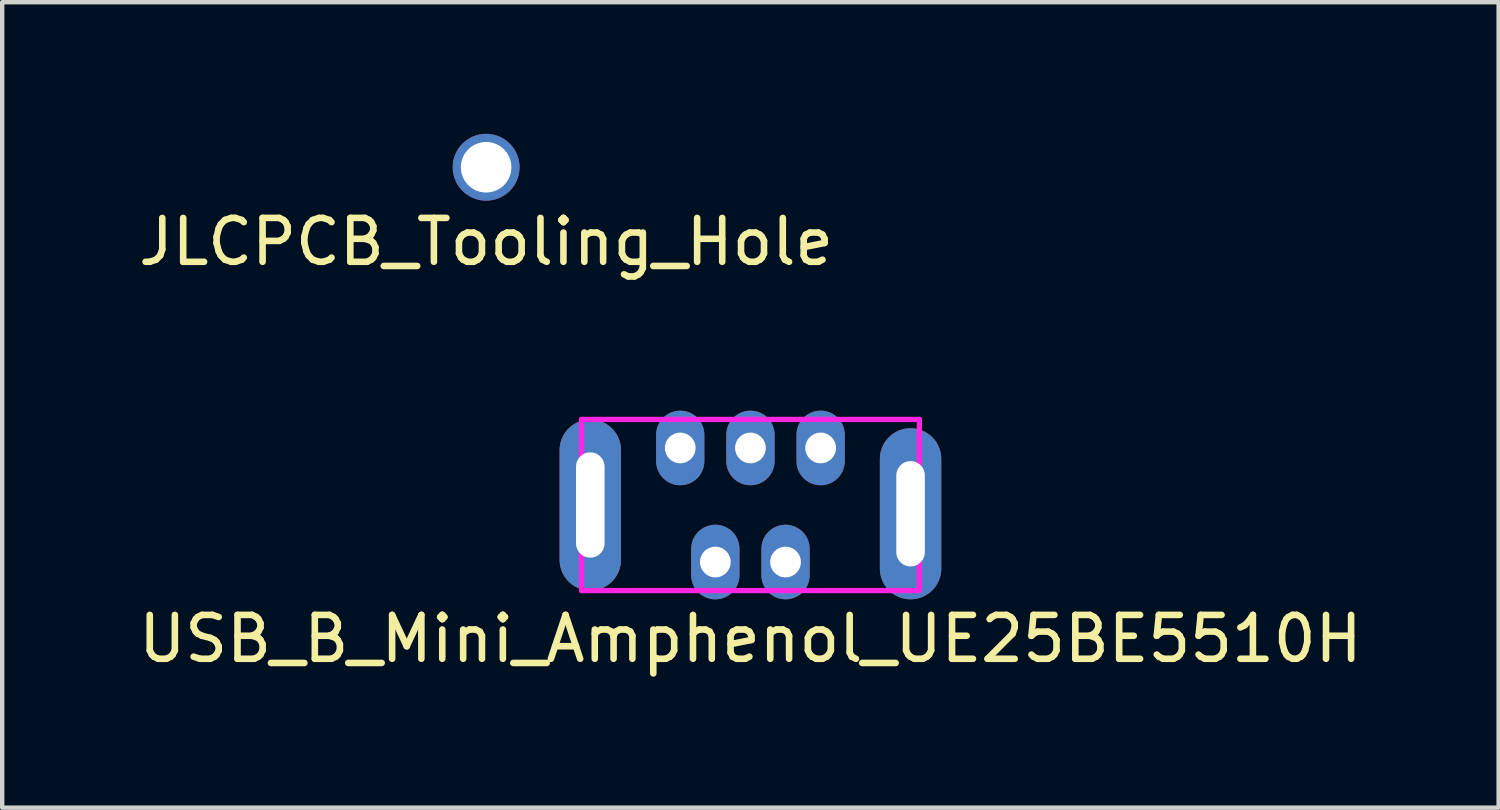
<source format=kicad_pcb>
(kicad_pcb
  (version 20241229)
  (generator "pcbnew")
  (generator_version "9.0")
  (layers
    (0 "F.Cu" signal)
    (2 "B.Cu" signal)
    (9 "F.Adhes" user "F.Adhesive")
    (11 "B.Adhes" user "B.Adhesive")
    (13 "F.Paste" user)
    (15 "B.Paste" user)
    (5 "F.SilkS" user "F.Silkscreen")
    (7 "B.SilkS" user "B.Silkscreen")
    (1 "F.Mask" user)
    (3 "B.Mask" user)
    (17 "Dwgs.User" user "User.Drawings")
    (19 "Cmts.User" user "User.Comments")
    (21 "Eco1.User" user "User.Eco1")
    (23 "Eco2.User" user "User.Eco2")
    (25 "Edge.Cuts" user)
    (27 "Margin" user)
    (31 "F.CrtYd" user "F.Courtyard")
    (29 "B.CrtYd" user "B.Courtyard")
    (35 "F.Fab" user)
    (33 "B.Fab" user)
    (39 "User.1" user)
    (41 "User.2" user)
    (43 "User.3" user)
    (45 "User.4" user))
  (footprint "JLCPCB_Tooling_Hole"
    (layer "F.Cu")
    (at 8.03 0.862)
    (property "Reference" "JLCPCB_Tooling_Hole" (at 0 1.6 0) (layer "F.SilkS") (effects (font (size 1 1) (thickness 0.15))))
    (attr through_hole)
    (pad "" np_thru_hole circle (at 0 -0.1) (size 1.524 1.524) (drill 1.152) (layers "*.Cu" "*.Mask")))
  (footprint "USB_B_Mini_Amphenol_UE25BE5510H"
    (layer "F.Cu")
    (at 14.054 8.46)
    (property "Reference" "USB_B_Mini_Amphenol_UE25BE5510H" (at 0 3.05 0) (layer "F.SilkS") (effects (font (size 1 1) (thickness 0.15))))
    (attr through_hole)
    (fp_line (start -3.85 -1.95) (end -3.85 1.95) (stroke (width 0.12) (type solid)) (layer "F.CrtYd"))
    (fp_line (start -3.85 1.95) (end 3.85 1.95) (stroke (width 0.12) (type solid)) (layer "F.CrtYd"))
    (fp_line (start 3.85 -1.95) (end -3.85 -1.95) (stroke (width 0.12) (type solid)) (layer "F.CrtYd"))
    (fp_line (start 3.85 1.95) (end 3.85 -1.95) (stroke (width 0.12) (type solid)) (layer "F.CrtYd"))
    (pad "1" thru_hole oval (at 1.6 -1.3) (size 1.1 1.7) (drill 0.7) (layers "*.Cu" "*.Mask"))
    (pad "2" thru_hole oval (at 0.8 1.3) (size 1.1 1.7) (drill 0.7) (layers "*.Cu" "*.Mask"))
    (pad "3" thru_hole oval (at 0 -1.3) (size 1.1 1.7) (drill 0.7) (layers "*.Cu" "*.Mask"))
    (pad "4" thru_hole oval (at -0.8 1.3) (size 1.1 1.7) (drill 0.7) (layers "*.Cu" "*.Mask"))
    (pad "5" thru_hole oval (at -1.6 -1.3) (size 1.1 1.7) (drill 0.7) (layers "*.Cu" "*.Mask"))
    (pad "6" thru_hole oval (at -3.65 0) (size 1.4 3.9) (drill oval 0.65 2.4) (layers "*.Cu" "*.Mask"))
    (pad "6" thru_hole oval (at 3.65 0.2) (size 1.4 3.9) (drill oval 0.65 2.4) (layers "*.Cu" "*.Mask")))
  (gr_rect
    (start -3 -3)
    (end 31.107 15.358)
    (stroke (width 0.1) (type default))
    (fill no)
    (layer "Edge.Cuts")))
</source>
